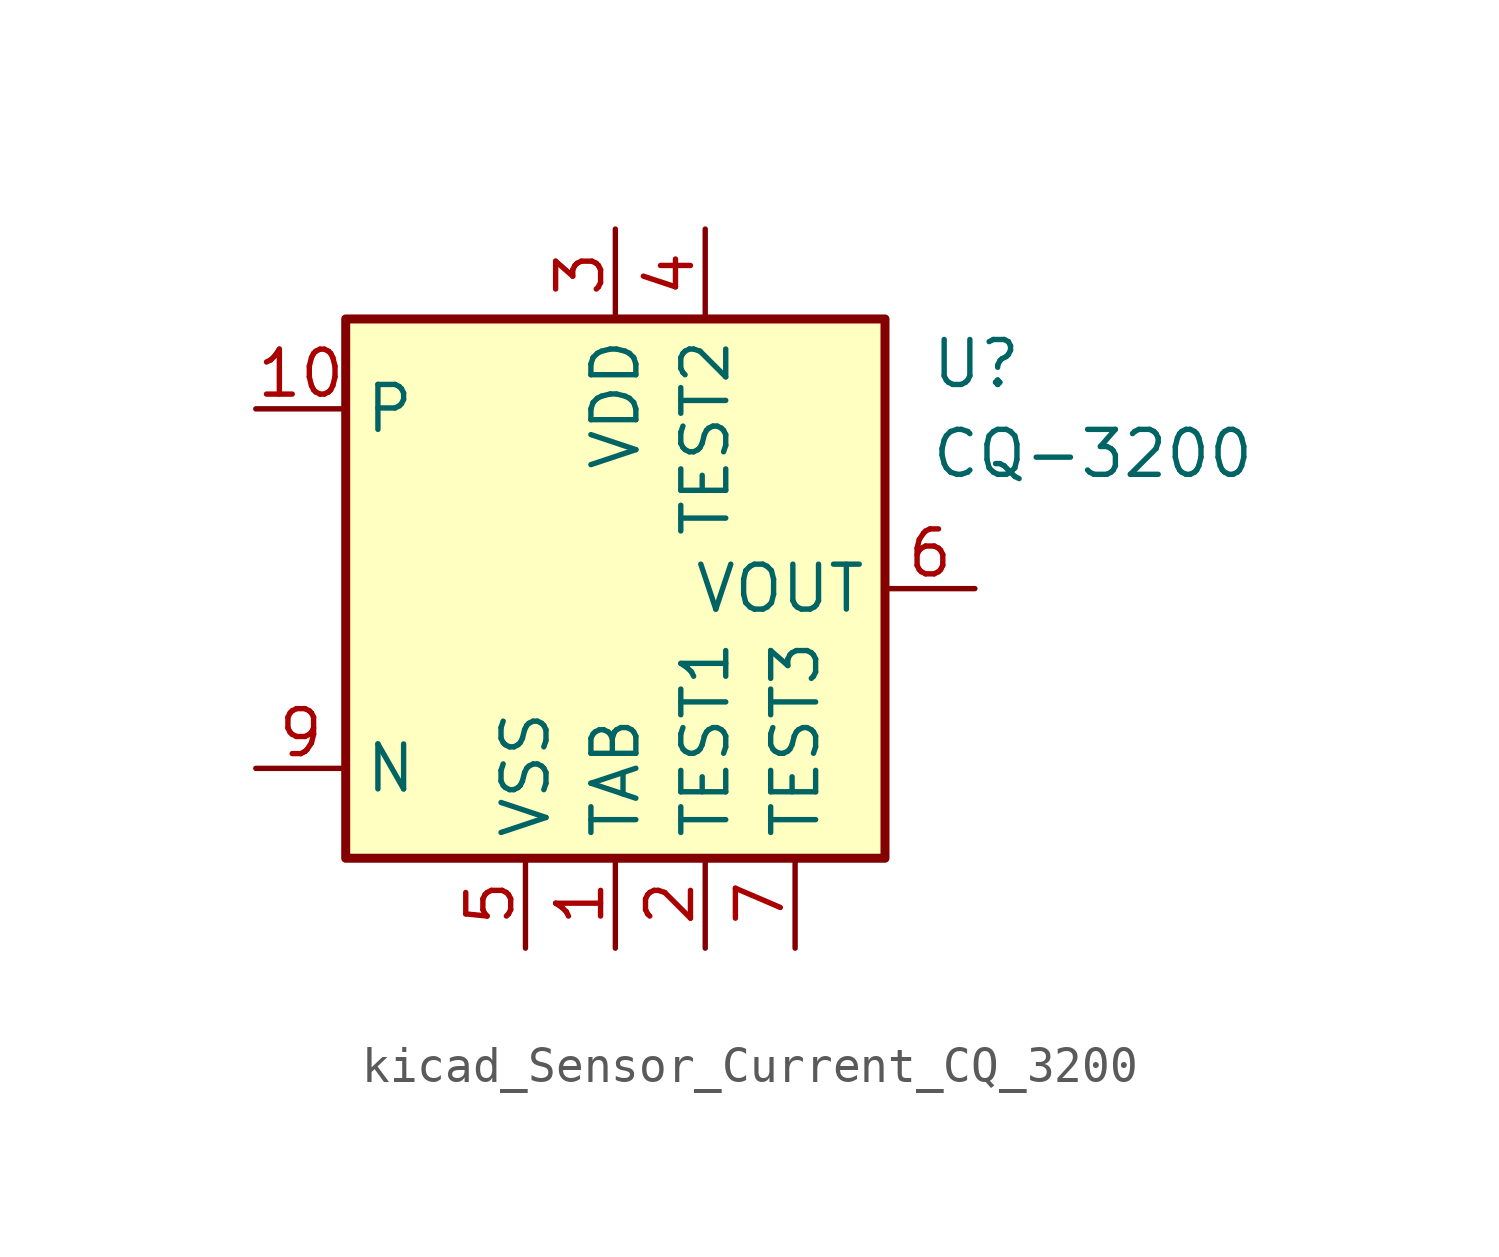
<source format=kicad_sym>
(kicad_symbol_lib
  (version 20220914)
  (generator kicad_symbol_editor)
  (symbol "kicad_Sensor_Current_CQ_3200"
    (property "Reference" "U"
      (at 8.89 6.35 0)
      (effects (font (size 1.27 1.27)) (justify left)))
    (property "Value" "CQ-3200"
      (at 8.89 3.81 0)
      (effects (font (size 1.27 1.27)) (justify left)))
    (symbol "kicad_Sensor_Current_CQ_3200_0_1"
      (rectangle (start -7.62 7.62) (end 7.62 -7.62) (stroke (width 0.254) (type default)) (fill (type background))))
    (symbol "kicad_Sensor_Current_CQ_3200_1_1"
      (pin power_in line (at 0 -10.16 90) (length 2.54) (name "TAB" (effects (font (size 1.27 1.27)))) (number "1" (effects (font (size 1.27 1.27)))))
      (pin passive line (at -10.16 5.08 0) (length 2.54) (name "P" (effects (font (size 1.27 1.27)))) (number "10" (effects (font (size 1.27 1.27)))))
      (pin power_in line (at 2.54 -10.16 90) (length 2.54) (name "TEST1" (effects (font (size 1.27 1.27)))) (number "2" (effects (font (size 1.27 1.27)))))
      (pin power_in line (at 0 10.16 270) (length 2.54) (name "VDD" (effects (font (size 1.27 1.27)))) (number "3" (effects (font (size 1.27 1.27)))))
      (pin power_in line (at 2.54 10.16 270) (length 2.54) (name "TEST2" (effects (font (size 1.27 1.27)))) (number "4" (effects (font (size 1.27 1.27)))))
      (pin power_in line (at -2.54 -10.16 90) (length 2.54) (name "VSS" (effects (font (size 1.27 1.27)))) (number "5" (effects (font (size 1.27 1.27)))))
      (pin output line (at 10.16 0 180) (length 2.54) (name "VOUT" (effects (font (size 1.27 1.27)))) (number "6" (effects (font (size 1.27 1.27)))))
      (pin power_in line (at 5.08 -10.16 90) (length 2.54) (name "TEST3" (effects (font (size 1.27 1.27)))) (number "7" (effects (font (size 1.27 1.27)))))
      (pin passive line (at 0 -10.16 90) (length 2.54) hide (name "TAB" (effects (font (size 1.27 1.27)))) (number "8" (effects (font (size 1.27 1.27)))))
      (pin passive line (at -10.16 -5.08 0) (length 2.54) (name "N" (effects (font (size 1.27 1.27)))) (number "9" (effects (font (size 1.27 1.27))))))))
</source>
